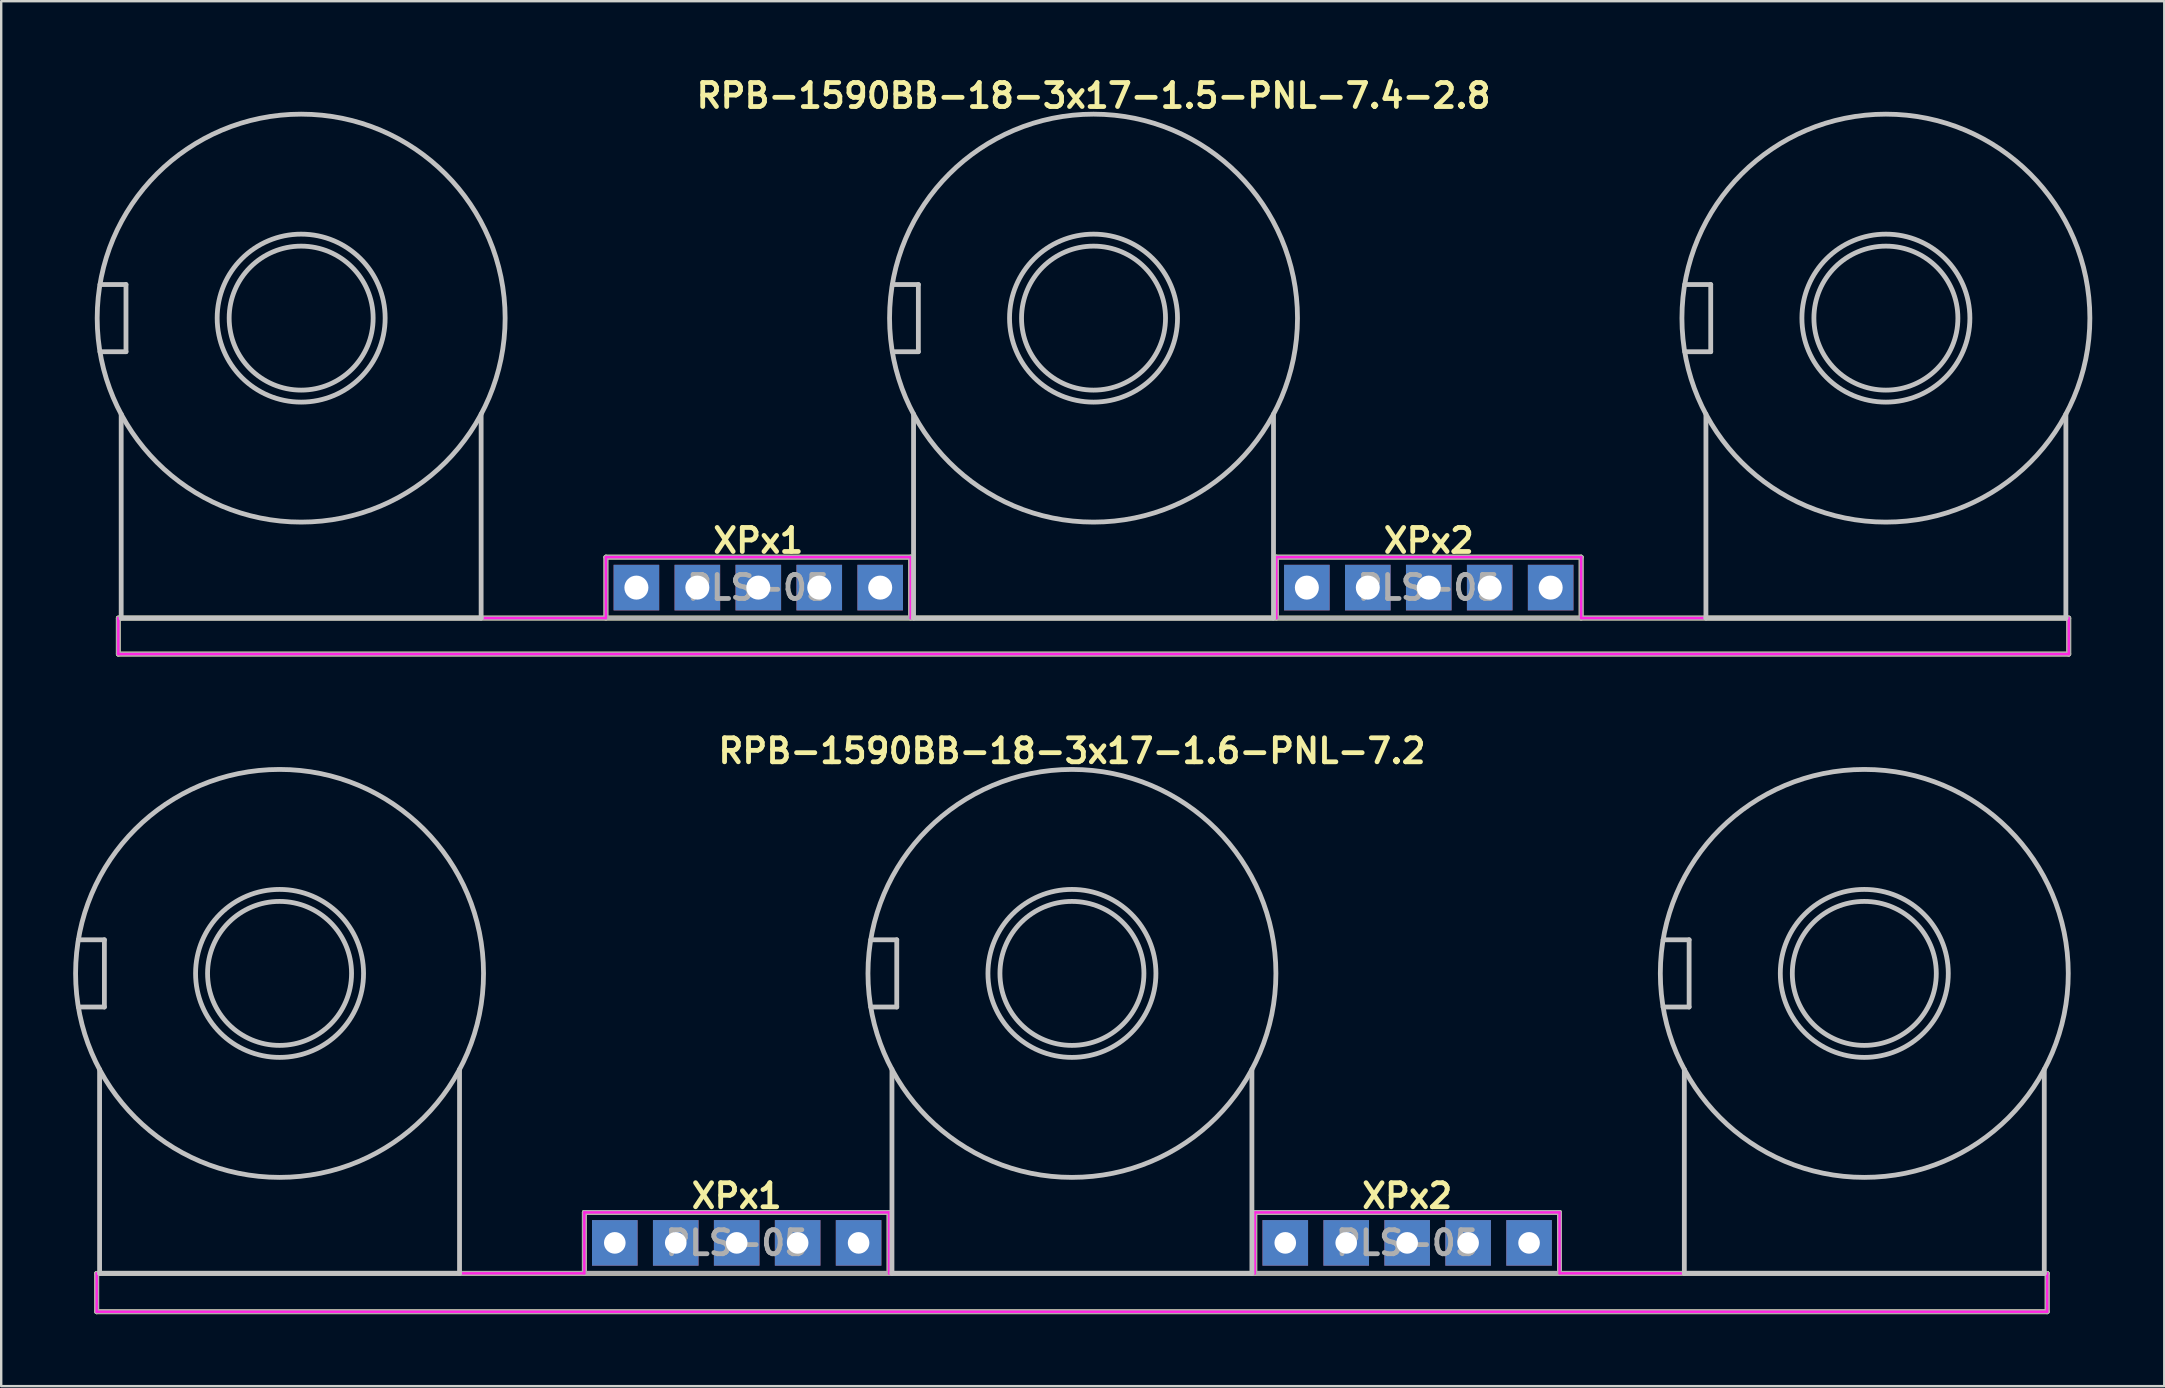
<source format=kicad_pcb>
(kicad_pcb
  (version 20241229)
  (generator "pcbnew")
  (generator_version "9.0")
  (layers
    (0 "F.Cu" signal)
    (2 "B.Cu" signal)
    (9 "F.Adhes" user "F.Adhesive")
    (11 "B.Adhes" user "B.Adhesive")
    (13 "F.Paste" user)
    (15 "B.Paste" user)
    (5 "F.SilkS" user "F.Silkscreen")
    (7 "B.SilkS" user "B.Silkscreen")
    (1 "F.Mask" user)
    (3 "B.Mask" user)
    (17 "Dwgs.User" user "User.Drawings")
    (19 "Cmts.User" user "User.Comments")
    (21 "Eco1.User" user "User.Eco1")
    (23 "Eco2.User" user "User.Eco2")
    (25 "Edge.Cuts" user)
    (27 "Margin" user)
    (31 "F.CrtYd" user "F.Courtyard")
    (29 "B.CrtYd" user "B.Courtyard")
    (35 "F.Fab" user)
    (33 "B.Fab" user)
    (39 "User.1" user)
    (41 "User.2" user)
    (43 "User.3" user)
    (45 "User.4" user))
  (footprint "RPB-1590BB-18-3x17-1.5-PNL-7.4-2.8"
    (layer "F.Cu")
    (at 42.52 10.207)
    (property "Reference" "RPB-1590BB-18-3x17-1.5-PNL-7.4-2.8" (at 0 -9.271 0) (layer "F.SilkS") (effects (font (size 1 1) (thickness 0.2))))
    (attr through_hole)
    (fp_line (start -40.64 12.5) (end -40.64 14) (stroke (width 0.2) (type solid)) (layer "F.SilkS"))
    (fp_line (start -40.64 12.5) (end 40.64 12.5) (stroke (width 0.2) (type solid)) (layer "F.SilkS"))
    (fp_line (start -40.64 14) (end 40.64 14) (stroke (width 0.2) (type solid)) (layer "F.SilkS"))
    (fp_line (start -20.32 9.96) (end -20.32 12.5) (stroke (width 0.2) (type solid)) (layer "F.SilkS"))
    (fp_line (start -20.32 9.96) (end -7.62 9.96) (stroke (width 0.2) (type solid)) (layer "F.SilkS"))
    (fp_line (start -7.62 9.96) (end -7.62 12.5) (stroke (width 0.2) (type solid)) (layer "F.SilkS"))
    (fp_line (start 7.62 9.96) (end 7.62 12.5) (stroke (width 0.2) (type solid)) (layer "F.SilkS"))
    (fp_line (start 7.62 9.96) (end 20.32 9.96) (stroke (width 0.2) (type solid)) (layer "F.SilkS"))
    (fp_line (start 20.32 9.96) (end 20.32 12.5) (stroke (width 0.2) (type solid)) (layer "F.SilkS"))
    (fp_line (start 40.64 12.5) (end 40.64 14) (stroke (width 0.2) (type solid)) (layer "F.SilkS"))
    (fp_line (start -41.404 -1.4) (end -40.32 -1.4) (stroke (width 0.2) (type solid)) (layer "Dwgs.User"))
    (fp_line (start -41.404 1.4) (end -40.32 1.4) (stroke (width 0.2) (type solid)) (layer "Dwgs.User"))
    (fp_line (start -40.52 4) (end -40.52 12.5) (stroke (width 0.2) (type solid)) (layer "Dwgs.User"))
    (fp_line (start -40.52 12.5) (end -25.52 12.5) (stroke (width 0.2) (type solid)) (layer "Dwgs.User"))
    (fp_line (start -40.32 -1.4) (end -40.32 1.4) (stroke (width 0.2) (type solid)) (layer "Dwgs.User"))
    (fp_line (start -25.52 4) (end -25.52 12.5) (stroke (width 0.2) (type solid)) (layer "Dwgs.User"))
    (fp_line (start -8.384 -1.4) (end -7.3 -1.4) (stroke (width 0.2) (type solid)) (layer "Dwgs.User"))
    (fp_line (start -8.384 1.4) (end -7.3 1.4) (stroke (width 0.2) (type solid)) (layer "Dwgs.User"))
    (fp_line (start -7.5 4) (end -7.5 12.5) (stroke (width 0.2) (type solid)) (layer "Dwgs.User"))
    (fp_line (start -7.5 12.5) (end 7.5 12.5) (stroke (width 0.2) (type solid)) (layer "Dwgs.User"))
    (fp_line (start -7.3 -1.4) (end -7.3 1.4) (stroke (width 0.2) (type solid)) (layer "Dwgs.User"))
    (fp_line (start 7.5 4) (end 7.5 12.5) (stroke (width 0.2) (type solid)) (layer "Dwgs.User"))
    (fp_line (start 24.636 -1.4) (end 25.72 -1.4) (stroke (width 0.2) (type solid)) (layer "Dwgs.User"))
    (fp_line (start 24.636 1.4) (end 25.72 1.4) (stroke (width 0.2) (type solid)) (layer "Dwgs.User"))
    (fp_line (start 25.52 4) (end 25.52 12.5) (stroke (width 0.2) (type solid)) (layer "Dwgs.User"))
    (fp_line (start 25.52 12.5) (end 40.52 12.5) (stroke (width 0.2) (type solid)) (layer "Dwgs.User"))
    (fp_line (start 25.72 -1.4) (end 25.72 1.4) (stroke (width 0.2) (type solid)) (layer "Dwgs.User"))
    (fp_line (start 40.52 4) (end 40.52 12.5) (stroke (width 0.2) (type solid)) (layer "Dwgs.User"))
    (fp_circle (center -33.02 0) (end -30.02 0) (stroke (width 0.2) (type solid)) (fill no) (layer "Dwgs.User"))
    (fp_circle (center -33.02 0) (end -29.52 0) (stroke (width 0.2) (type solid)) (fill no) (layer "Dwgs.User"))
    (fp_circle (center -33.02 0) (end -24.52 0) (stroke (width 0.2) (type solid)) (fill no) (layer "Dwgs.User"))
    (fp_circle (center 0 0) (end 3 0) (stroke (width 0.2) (type solid)) (fill no) (layer "Dwgs.User"))
    (fp_circle (center 0 0) (end 3.5 0) (stroke (width 0.2) (type solid)) (fill no) (layer "Dwgs.User"))
    (fp_circle (center 0 0) (end 8.5 0) (stroke (width 0.2) (type solid)) (fill no) (layer "Dwgs.User"))
    (fp_circle (center 33.02 0) (end 36.02 0) (stroke (width 0.2) (type solid)) (fill no) (layer "Dwgs.User"))
    (fp_circle (center 33.02 0) (end 36.52 0) (stroke (width 0.2) (type solid)) (fill no) (layer "Dwgs.User"))
    (fp_circle (center 33.02 0) (end 41.52 0) (stroke (width 0.2) (type solid)) (fill no) (layer "Dwgs.User"))
    (fp_circle (center -40.92 0) (end -39.52 0) (stroke (width 0.4) (type solid)) (fill no) (layer "Eco1.User"))
    (fp_circle (center -33.02 0) (end -29.32 0) (stroke (width 0.4) (type solid)) (fill no) (layer "Eco1.User"))
    (fp_circle (center -7.9 0) (end -6.5 0) (stroke (width 0.4) (type solid)) (fill no) (layer "Eco1.User"))
    (fp_circle (center 0 0) (end 3.7 0) (stroke (width 0.4) (type solid)) (fill no) (layer "Eco1.User"))
    (fp_circle (center 25.12 0) (end 26.52 0) (stroke (width 0.4) (type solid)) (fill no) (layer "Eco1.User"))
    (fp_circle (center 33.02 0) (end 36.72 0) (stroke (width 0.4) (type solid)) (fill no) (layer "Eco1.User"))
    (fp_line (start -40.64 12.5) (end -40.64 14) (stroke (width 0.1) (type solid)) (layer "F.CrtYd"))
    (fp_line (start -40.64 12.5) (end -20.32 12.5) (stroke (width 0.1) (type solid)) (layer "F.CrtYd"))
    (fp_line (start -40.64 14) (end 40.64 14) (stroke (width 0.1) (type solid)) (layer "F.CrtYd"))
    (fp_line (start -20.32 9.96) (end -20.32 12.5) (stroke (width 0.1) (type solid)) (layer "F.CrtYd"))
    (fp_line (start -20.32 9.96) (end -7.62 9.96) (stroke (width 0.1) (type solid)) (layer "F.CrtYd"))
    (fp_line (start -7.62 9.96) (end -7.62 12.5) (stroke (width 0.1) (type solid)) (layer "F.CrtYd"))
    (fp_line (start -7.62 12.5) (end 7.62 12.5) (stroke (width 0.1) (type solid)) (layer "F.CrtYd"))
    (fp_line (start 7.62 9.96) (end 7.62 12.5) (stroke (width 0.1) (type solid)) (layer "F.CrtYd"))
    (fp_line (start 7.62 9.96) (end 20.32 9.96) (stroke (width 0.1) (type solid)) (layer "F.CrtYd"))
    (fp_line (start 20.32 9.96) (end 20.32 12.5) (stroke (width 0.1) (type solid)) (layer "F.CrtYd"))
    (fp_line (start 20.32 12.5) (end 40.64 12.5) (stroke (width 0.1) (type solid)) (layer "F.CrtYd"))
    (fp_line (start 40.64 12.5) (end 40.64 14) (stroke (width 0.1) (type solid)) (layer "F.CrtYd"))
    (fp_line (start -40.64 12.5) (end -40.64 14) (stroke (width 0.2) (type solid)) (layer "F.Fab"))
    (fp_line (start -40.64 12.5) (end 40.64 12.5) (stroke (width 0.2) (type solid)) (layer "F.Fab"))
    (fp_line (start -40.64 14) (end 40.64 14) (stroke (width 0.2) (type solid)) (layer "F.Fab"))
    (fp_line (start -20.32 9.96) (end -20.32 12.5) (stroke (width 0.2) (type solid)) (layer "F.Fab"))
    (fp_line (start -20.32 9.96) (end -7.62 9.96) (stroke (width 0.2) (type solid)) (layer "F.Fab"))
    (fp_line (start -7.62 9.96) (end -7.62 12.5) (stroke (width 0.2) (type solid)) (layer "F.Fab"))
    (fp_line (start 7.62 9.96) (end 7.62 12.5) (stroke (width 0.2) (type solid)) (layer "F.Fab"))
    (fp_line (start 7.62 9.96) (end 20.32 9.96) (stroke (width 0.2) (type solid)) (layer "F.Fab"))
    (fp_line (start 20.32 9.96) (end 20.32 12.5) (stroke (width 0.2) (type solid)) (layer "F.Fab"))
    (fp_line (start 40.64 12.5) (end 40.64 14) (stroke (width 0.2) (type solid)) (layer "F.Fab"))
    (fp_text user "XPx1" (at -13.97 9.271 0) (layer "F.SilkS") (effects (font (size 1 1) (thickness 0.2))))
    (fp_text user "XPx2" (at 13.97 9.271 0) (layer "F.SilkS") (effects (font (size 1 1) (thickness 0.2))))
    (fp_text user "PLS-05" (at 13.97 11.23 0) (layer "F.Fab") (effects (font (size 1 1) (thickness 0.2))))
    (fp_text user "PLS-05" (at -13.97 11.23 0) (layer "F.Fab") (effects (font (size 1 1) (thickness 0.2))))
    (pad "11" thru_hole rect (at -13.97 11.23) (size 1.9 1.9) (drill 1) (layers "*.Cu" "*.Mask"))
    (pad "12" thru_hole rect (at -16.51 11.23) (size 1.9 1.9) (drill 1) (layers "*.Cu" "*.Mask"))
    (pad "13" thru_hole rect (at -19.05 11.23) (size 1.9 1.9) (drill 1) (layers "*.Cu" "*.Mask"))
    (pad "21" thru_hole rect (at -11.43 11.23) (size 1.9 1.9) (drill 1) (layers "*.Cu" "*.Mask"))
    (pad "22" thru_hole rect (at -8.89 11.23) (size 1.9 1.9) (drill 1) (layers "*.Cu" "*.Mask"))
    (pad "22" thru_hole rect (at 8.89 11.23) (size 1.9 1.9) (drill 1) (layers "*.Cu" "*.Mask"))
    (pad "23" thru_hole rect (at 11.43 11.23) (size 1.9 1.9) (drill 1) (layers "*.Cu" "*.Mask"))
    (pad "31" thru_hole rect (at 19.05 11.23) (size 1.9 1.9) (drill 1) (layers "*.Cu" "*.Mask"))
    (pad "32" thru_hole rect (at 16.51 11.23) (size 1.9 1.9) (drill 1) (layers "*.Cu" "*.Mask"))
    (pad "33" thru_hole rect (at 13.97 11.23) (size 1.9 1.9) (drill 1) (layers "*.Cu" "*.Mask")))
  (footprint "RPB-1590BB-18-3x17-1.6-PNL-7.2"
    (layer "F.Cu")
    (at 41.62 37.514)
    (property "Reference" "RPB-1590BB-18-3x17-1.6-PNL-7.2" (at 0 -9.271 0) (layer "F.SilkS") (effects (font (size 1 1) (thickness 0.2))))
    (attr through_hole)
    (fp_line (start -40.64 12.5) (end -40.64 14.1) (stroke (width 0.2) (type solid)) (layer "F.SilkS"))
    (fp_line (start -40.64 12.5) (end 40.64 12.5) (stroke (width 0.2) (type solid)) (layer "F.SilkS"))
    (fp_line (start -40.64 14.1) (end 40.64 14.1) (stroke (width 0.2) (type solid)) (layer "F.SilkS"))
    (fp_line (start -20.32 9.96) (end -20.32 12.5) (stroke (width 0.2) (type solid)) (layer "F.SilkS"))
    (fp_line (start -20.32 9.96) (end -7.62 9.96) (stroke (width 0.2) (type solid)) (layer "F.SilkS"))
    (fp_line (start -7.62 9.96) (end -7.62 12.5) (stroke (width 0.2) (type solid)) (layer "F.SilkS"))
    (fp_line (start 7.62 9.96) (end 7.62 12.5) (stroke (width 0.2) (type solid)) (layer "F.SilkS"))
    (fp_line (start 7.62 9.96) (end 20.32 9.96) (stroke (width 0.2) (type solid)) (layer "F.SilkS"))
    (fp_line (start 20.32 9.96) (end 20.32 12.5) (stroke (width 0.2) (type solid)) (layer "F.SilkS"))
    (fp_line (start 40.64 12.5) (end 40.64 14.1) (stroke (width 0.2) (type solid)) (layer "F.SilkS"))
    (fp_line (start -41.404 -1.4) (end -40.32 -1.4) (stroke (width 0.2) (type solid)) (layer "Dwgs.User"))
    (fp_line (start -41.404 1.4) (end -40.32 1.4) (stroke (width 0.2) (type solid)) (layer "Dwgs.User"))
    (fp_line (start -40.52 4) (end -40.52 12.5) (stroke (width 0.2) (type solid)) (layer "Dwgs.User"))
    (fp_line (start -40.52 12.5) (end -25.52 12.5) (stroke (width 0.2) (type solid)) (layer "Dwgs.User"))
    (fp_line (start -40.32 -1.4) (end -40.32 1.4) (stroke (width 0.2) (type solid)) (layer "Dwgs.User"))
    (fp_line (start -25.52 4) (end -25.52 12.5) (stroke (width 0.2) (type solid)) (layer "Dwgs.User"))
    (fp_line (start -8.384 -1.4) (end -7.3 -1.4) (stroke (width 0.2) (type solid)) (layer "Dwgs.User"))
    (fp_line (start -8.384 1.4) (end -7.3 1.4) (stroke (width 0.2) (type solid)) (layer "Dwgs.User"))
    (fp_line (start -7.5 4) (end -7.5 12.5) (stroke (width 0.2) (type solid)) (layer "Dwgs.User"))
    (fp_line (start -7.5 12.5) (end 7.5 12.5) (stroke (width 0.2) (type solid)) (layer "Dwgs.User"))
    (fp_line (start -7.3 -1.4) (end -7.3 1.4) (stroke (width 0.2) (type solid)) (layer "Dwgs.User"))
    (fp_line (start 7.5 4) (end 7.5 12.5) (stroke (width 0.2) (type solid)) (layer "Dwgs.User"))
    (fp_line (start 24.636 -1.4) (end 25.72 -1.4) (stroke (width 0.2) (type solid)) (layer "Dwgs.User"))
    (fp_line (start 24.636 1.4) (end 25.72 1.4) (stroke (width 0.2) (type solid)) (layer "Dwgs.User"))
    (fp_line (start 25.52 4) (end 25.52 12.5) (stroke (width 0.2) (type solid)) (layer "Dwgs.User"))
    (fp_line (start 25.52 12.5) (end 40.52 12.5) (stroke (width 0.2) (type solid)) (layer "Dwgs.User"))
    (fp_line (start 25.72 -1.4) (end 25.72 1.4) (stroke (width 0.2) (type solid)) (layer "Dwgs.User"))
    (fp_line (start 40.52 4) (end 40.52 12.5) (stroke (width 0.2) (type solid)) (layer "Dwgs.User"))
    (fp_circle (center -33.02 0) (end -30.02 0) (stroke (width 0.2) (type solid)) (fill no) (layer "Dwgs.User"))
    (fp_circle (center -33.02 0) (end -29.52 0) (stroke (width 0.2) (type solid)) (fill no) (layer "Dwgs.User"))
    (fp_circle (center -33.02 0) (end -24.52 0) (stroke (width 0.2) (type solid)) (fill no) (layer "Dwgs.User"))
    (fp_circle (center 0 0) (end 3 0) (stroke (width 0.2) (type solid)) (fill no) (layer "Dwgs.User"))
    (fp_circle (center 0 0) (end 3.5 0) (stroke (width 0.2) (type solid)) (fill no) (layer "Dwgs.User"))
    (fp_circle (center 0 0) (end 8.5 0) (stroke (width 0.2) (type solid)) (fill no) (layer "Dwgs.User"))
    (fp_circle (center 33.02 0) (end 36.02 0) (stroke (width 0.2) (type solid)) (fill no) (layer "Dwgs.User"))
    (fp_circle (center 33.02 0) (end 36.52 0) (stroke (width 0.2) (type solid)) (fill no) (layer "Dwgs.User"))
    (fp_circle (center 33.02 0) (end 41.52 0) (stroke (width 0.2) (type solid)) (fill no) (layer "Dwgs.User"))
    (fp_circle (center -33.02 0) (end -29.42 0) (stroke (width 0.4) (type solid)) (fill no) (layer "Eco1.User"))
    (fp_circle (center 0 0) (end 3.6 0) (stroke (width 0.4) (type solid)) (fill no) (layer "Eco1.User"))
    (fp_circle (center 33.02 0) (end 36.62 0) (stroke (width 0.4) (type solid)) (fill no) (layer "Eco1.User"))
    (fp_line (start -40.64 12.5) (end -40.64 14.1) (stroke (width 0.1) (type solid)) (layer "F.CrtYd"))
    (fp_line (start -40.64 12.5) (end -20.32 12.5) (stroke (width 0.1) (type solid)) (layer "F.CrtYd"))
    (fp_line (start -40.64 14.1) (end 40.64 14.1) (stroke (width 0.1) (type solid)) (layer "F.CrtYd"))
    (fp_line (start -20.32 9.96) (end -20.32 12.5) (stroke (width 0.1) (type solid)) (layer "F.CrtYd"))
    (fp_line (start -20.32 9.96) (end -7.62 9.96) (stroke (width 0.1) (type solid)) (layer "F.CrtYd"))
    (fp_line (start -7.62 9.96) (end -7.62 12.5) (stroke (width 0.1) (type solid)) (layer "F.CrtYd"))
    (fp_line (start -7.62 12.5) (end 7.62 12.5) (stroke (width 0.1) (type solid)) (layer "F.CrtYd"))
    (fp_line (start 7.62 9.96) (end 7.62 12.5) (stroke (width 0.1) (type solid)) (layer "F.CrtYd"))
    (fp_line (start 7.62 9.96) (end 20.32 9.96) (stroke (width 0.1) (type solid)) (layer "F.CrtYd"))
    (fp_line (start 20.32 9.96) (end 20.32 12.5) (stroke (width 0.1) (type solid)) (layer "F.CrtYd"))
    (fp_line (start 20.32 12.5) (end 40.64 12.5) (stroke (width 0.1) (type solid)) (layer "F.CrtYd"))
    (fp_line (start 40.64 12.5) (end 40.64 14.1) (stroke (width 0.1) (type solid)) (layer "F.CrtYd"))
    (fp_line (start -40.64 12.5) (end -40.64 14.1) (stroke (width 0.2) (type solid)) (layer "F.Fab"))
    (fp_line (start -40.64 12.5) (end 40.64 12.5) (stroke (width 0.2) (type solid)) (layer "F.Fab"))
    (fp_line (start -40.64 14.1) (end 40.64 14.1) (stroke (width 0.2) (type solid)) (layer "F.Fab"))
    (fp_line (start -20.32 9.96) (end -20.32 12.5) (stroke (width 0.2) (type solid)) (layer "F.Fab"))
    (fp_line (start -20.32 9.96) (end -7.62 9.96) (stroke (width 0.2) (type solid)) (layer "F.Fab"))
    (fp_line (start -7.62 9.96) (end -7.62 12.5) (stroke (width 0.2) (type solid)) (layer "F.Fab"))
    (fp_line (start 7.62 9.96) (end 7.62 12.5) (stroke (width 0.2) (type solid)) (layer "F.Fab"))
    (fp_line (start 7.62 9.96) (end 20.32 9.96) (stroke (width 0.2) (type solid)) (layer "F.Fab"))
    (fp_line (start 20.32 9.96) (end 20.32 12.5) (stroke (width 0.2) (type solid)) (layer "F.Fab"))
    (fp_line (start 40.64 12.5) (end 40.64 14.1) (stroke (width 0.2) (type solid)) (layer "F.Fab"))
    (fp_text user "XPx2" (at 13.97 9.271 0) (layer "F.SilkS") (effects (font (size 1 1) (thickness 0.2))))
    (fp_text user "XPx1" (at -13.97 9.271 0) (layer "F.SilkS") (effects (font (size 1 1) (thickness 0.2))))
    (fp_text user "PLS-05" (at -13.97 11.23 0) (layer "F.Fab") (effects (font (size 1 1) (thickness 0.2))))
    (fp_text user "PLS-05" (at 13.97 11.23 0) (layer "F.Fab") (effects (font (size 1 1) (thickness 0.2))))
    (pad "11" thru_hole rect (at -13.97 11.23) (size 1.9 1.9) (drill 0.9) (layers "*.Cu" "*.Mask"))
    (pad "12" thru_hole rect (at -16.51 11.23) (size 1.9 1.9) (drill 0.9) (layers "*.Cu" "*.Mask"))
    (pad "13" thru_hole rect (at -19.05 11.23) (size 1.9 1.9) (drill 0.9) (layers "*.Cu" "*.Mask"))
    (pad "21" thru_hole rect (at -11.43 11.23) (size 1.9 1.9) (drill 0.9) (layers "*.Cu" "*.Mask"))
    (pad "22" thru_hole rect (at -8.89 11.23) (size 1.9 1.9) (drill 0.9) (layers "*.Cu" "*.Mask"))
    (pad "22" thru_hole rect (at 8.89 11.23) (size 1.9 1.9) (drill 0.9) (layers "*.Cu" "*.Mask"))
    (pad "23" thru_hole rect (at 11.43 11.23) (size 1.9 1.9) (drill 0.9) (layers "*.Cu" "*.Mask"))
    (pad "31" thru_hole rect (at 19.05 11.23) (size 1.9 1.9) (drill 0.9) (layers "*.Cu" "*.Mask"))
    (pad "32" thru_hole rect (at 16.51 11.23) (size 1.9 1.9) (drill 0.9) (layers "*.Cu" "*.Mask"))
    (pad "33" thru_hole rect (at 13.97 11.23) (size 1.9 1.9) (drill 0.9) (layers "*.Cu" "*.Mask")))
  (gr_rect
    (start -3 -3)
    (end 87.14 54.714)
    (stroke (width 0.1) (type default))
    (fill no)
    (layer "Edge.Cuts")))
</source>
